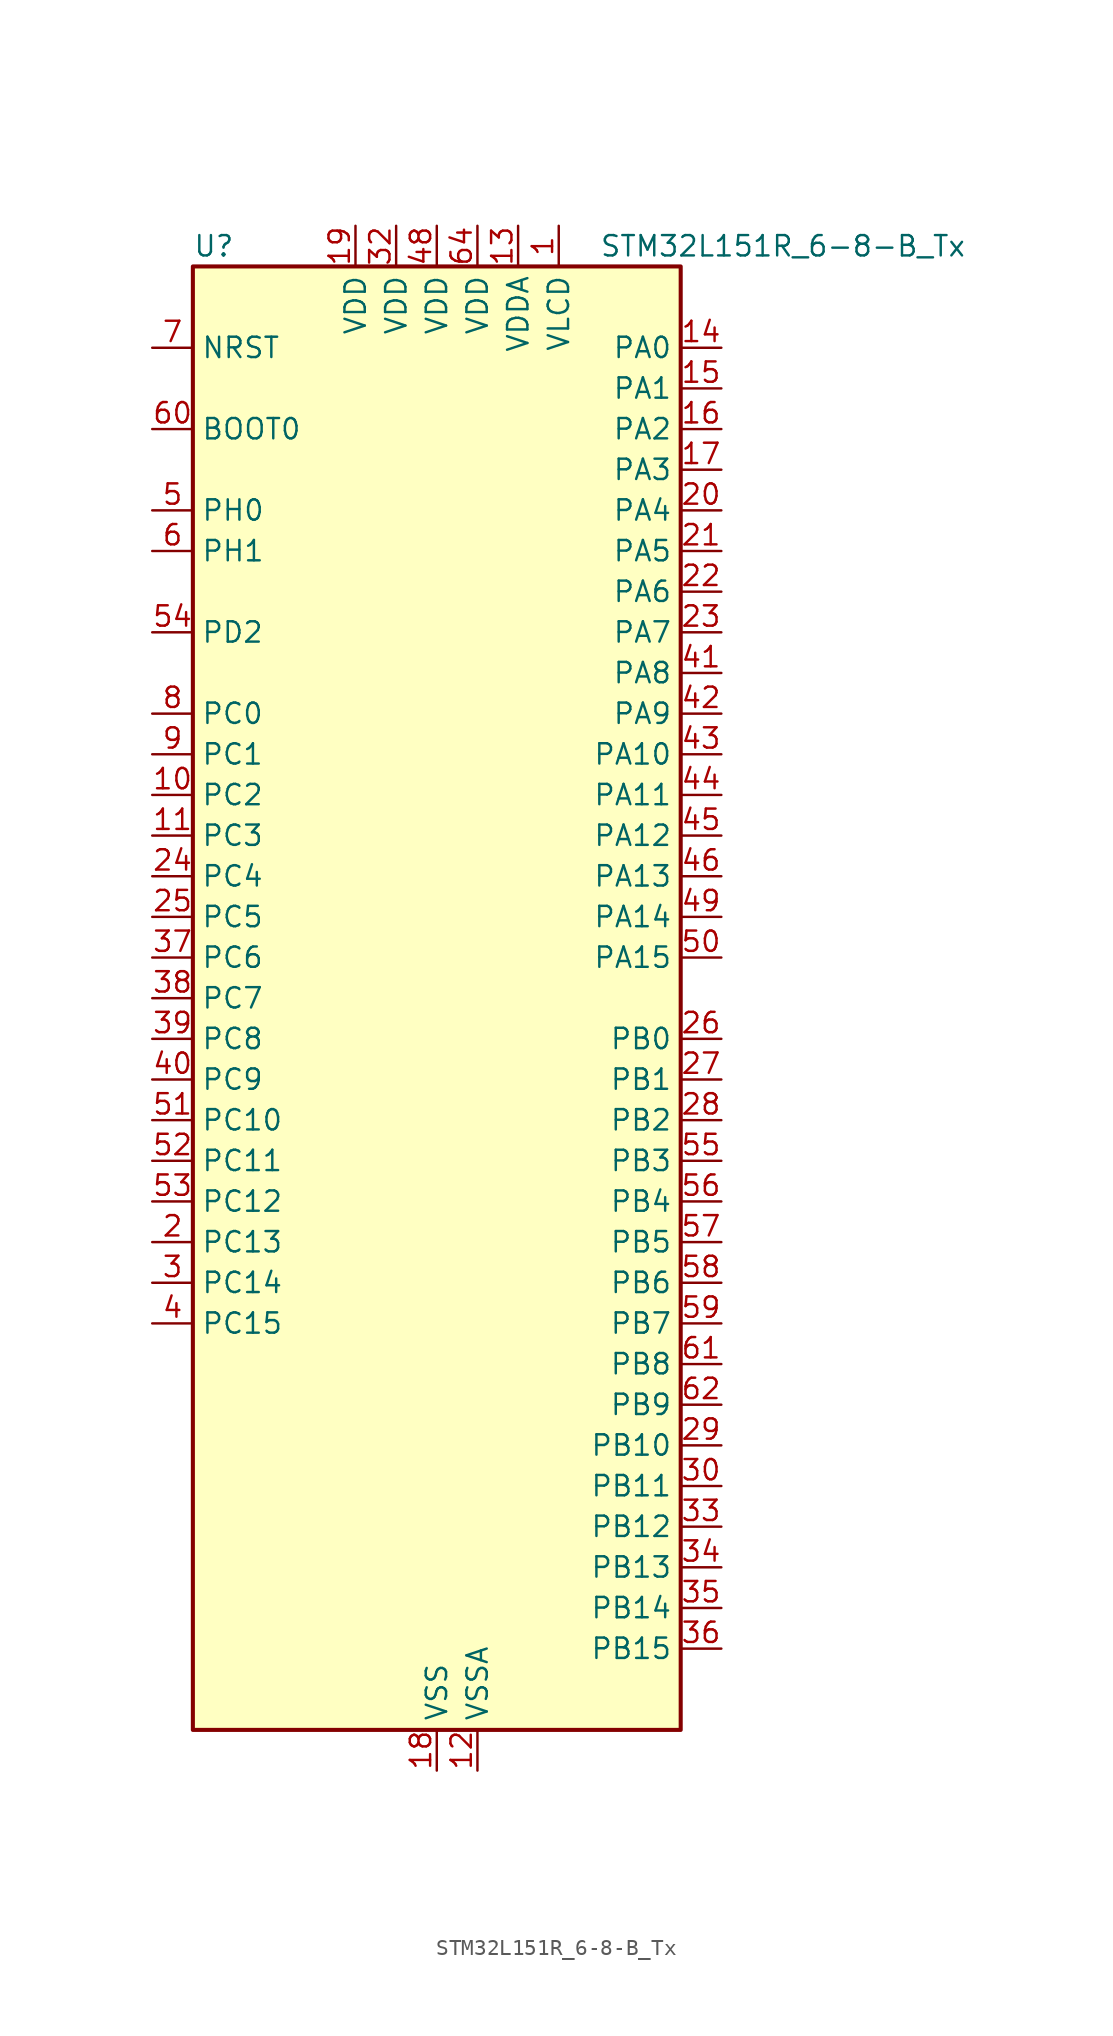
<source format=kicad_sym>
(kicad_symbol_lib
  (version 20241209)
  (generator "kicad_symbol_editor")
  (generator_version "9.0")
  (symbol "STM32L151R_6-8-B_Tx"
    (property "Reference" "U"
      (at -15.24 46.99 0)
      (effects (font (size 1.27 1.27)) (justify left)))
    (property "Value" "STM32L151R_6-8-B_Tx"
      (at 10.16 46.99 0)
      (effects (font (size 1.27 1.27)) (justify left)))
    (symbol "STM32L151R_6-8-B_Tx_0_1"
      (rectangle (start -15.24 -45.72) (end 15.24 45.72) (stroke (width 0.254) (type default)) (fill (type background))))
    (symbol "STM32L151R_6-8-B_Tx_1_1"
      (pin input line (at -17.78 40.64 0) (length 2.54) (name "NRST" (effects (font (size 1.27 1.27)))) (number "7" (effects (font (size 1.27 1.27)))))
      (pin input line (at -17.78 35.56 0) (length 2.54) (name "BOOT0" (effects (font (size 1.27 1.27)))) (number "60" (effects (font (size 1.27 1.27)))))
      (pin bidirectional line (at -17.78 30.48 0) (length 2.54) (name "PH0" (effects (font (size 1.27 1.27)))) (number "5" (effects (font (size 1.27 1.27)))) (alternate "RCC_OSC_IN" bidirectional line))
      (pin bidirectional line (at -17.78 27.94 0) (length 2.54) (name "PH1" (effects (font (size 1.27 1.27)))) (number "6" (effects (font (size 1.27 1.27)))) (alternate "RCC_OSC_OUT" bidirectional line))
      (pin bidirectional line (at -17.78 22.86 0) (length 2.54) (name "PD2" (effects (font (size 1.27 1.27)))) (number "54" (effects (font (size 1.27 1.27)))) (alternate "TIM3_ETR" bidirectional line) (alternate "TIMX_IC3" bidirectional line))
      (pin bidirectional line (at -17.78 17.78 0) (length 2.54) (name "PC0" (effects (font (size 1.27 1.27)))) (number "8" (effects (font (size 1.27 1.27)))) (alternate "ADC_IN10" bidirectional line) (alternate "COMP1_INP" bidirectional line) (alternate "TIMX_IC1" bidirectional line) (alternate "TS_G8_IO1" bidirectional line))
      (pin bidirectional line (at -17.78 15.24 0) (length 2.54) (name "PC1" (effects (font (size 1.27 1.27)))) (number "9" (effects (font (size 1.27 1.27)))) (alternate "ADC_IN11" bidirectional line) (alternate "COMP1_INP" bidirectional line) (alternate "TIMX_IC2" bidirectional line) (alternate "TS_G8_IO2" bidirectional line))
      (pin bidirectional line (at -17.78 12.7 0) (length 2.54) (name "PC2" (effects (font (size 1.27 1.27)))) (number "10" (effects (font (size 1.27 1.27)))) (alternate "ADC_IN12" bidirectional line) (alternate "COMP1_INP" bidirectional line) (alternate "TIMX_IC3" bidirectional line) (alternate "TS_G8_IO3" bidirectional line))
      (pin bidirectional line (at -17.78 10.16 0) (length 2.54) (name "PC3" (effects (font (size 1.27 1.27)))) (number "11" (effects (font (size 1.27 1.27)))) (alternate "ADC_IN13" bidirectional line) (alternate "COMP1_INP" bidirectional line) (alternate "TIMX_IC4" bidirectional line) (alternate "TS_G8_IO4" bidirectional line))
      (pin bidirectional line (at -17.78 7.62 0) (length 2.54) (name "PC4" (effects (font (size 1.27 1.27)))) (number "24" (effects (font (size 1.27 1.27)))) (alternate "ADC_IN14" bidirectional line) (alternate "COMP1_INP" bidirectional line) (alternate "TIMX_IC1" bidirectional line) (alternate "TS_G9_IO1" bidirectional line))
      (pin bidirectional line (at -17.78 5.08 0) (length 2.54) (name "PC5" (effects (font (size 1.27 1.27)))) (number "25" (effects (font (size 1.27 1.27)))) (alternate "ADC_IN15" bidirectional line) (alternate "COMP1_INP" bidirectional line) (alternate "TIMX_IC2" bidirectional line) (alternate "TS_G9_IO2" bidirectional line))
      (pin bidirectional line (at -17.78 2.54 0) (length 2.54) (name "PC6" (effects (font (size 1.27 1.27)))) (number "37" (effects (font (size 1.27 1.27)))) (alternate "TIM3_CH1" bidirectional line) (alternate "TIMX_IC3" bidirectional line) (alternate "TS_G10_IO1" bidirectional line))
      (pin bidirectional line (at -17.78 0 0) (length 2.54) (name "PC7" (effects (font (size 1.27 1.27)))) (number "38" (effects (font (size 1.27 1.27)))) (alternate "TIM3_CH2" bidirectional line) (alternate "TIMX_IC4" bidirectional line) (alternate "TS_G10_IO2" bidirectional line))
      (pin bidirectional line (at -17.78 -2.54 0) (length 2.54) (name "PC8" (effects (font (size 1.27 1.27)))) (number "39" (effects (font (size 1.27 1.27)))) (alternate "TIM3_CH3" bidirectional line) (alternate "TIMX_IC1" bidirectional line) (alternate "TS_G10_IO3" bidirectional line))
      (pin bidirectional line (at -17.78 -5.08 0) (length 2.54) (name "PC9" (effects (font (size 1.27 1.27)))) (number "40" (effects (font (size 1.27 1.27)))) (alternate "DAC_EXTI9" bidirectional line) (alternate "TIM3_CH4" bidirectional line) (alternate "TIMX_IC2" bidirectional line) (alternate "TS_G10_IO4" bidirectional line))
      (pin bidirectional line (at -17.78 -7.62 0) (length 2.54) (name "PC10" (effects (font (size 1.27 1.27)))) (number "51" (effects (font (size 1.27 1.27)))) (alternate "TIMX_IC3" bidirectional line) (alternate "USART3_TX" bidirectional line))
      (pin bidirectional line (at -17.78 -10.16 0) (length 2.54) (name "PC11" (effects (font (size 1.27 1.27)))) (number "52" (effects (font (size 1.27 1.27)))) (alternate "ADC_EXTI11" bidirectional line) (alternate "TIMX_IC4" bidirectional line) (alternate "USART3_RX" bidirectional line))
      (pin bidirectional line (at -17.78 -12.7 0) (length 2.54) (name "PC12" (effects (font (size 1.27 1.27)))) (number "53" (effects (font (size 1.27 1.27)))) (alternate "TIMX_IC1" bidirectional line) (alternate "USART3_CK" bidirectional line))
      (pin bidirectional line (at -17.78 -15.24 0) (length 2.54) (name "PC13" (effects (font (size 1.27 1.27)))) (number "2" (effects (font (size 1.27 1.27)))) (alternate "RTC_OUT_ALARM" bidirectional line) (alternate "RTC_OUT_CALIB" bidirectional line) (alternate "RTC_TAMP1" bidirectional line) (alternate "RTC_TS" bidirectional line) (alternate "SYS_WKUP2" bidirectional line) (alternate "TIMX_IC2" bidirectional line))
      (pin bidirectional line (at -17.78 -17.78 0) (length 2.54) (name "PC14" (effects (font (size 1.27 1.27)))) (number "3" (effects (font (size 1.27 1.27)))) (alternate "RCC_OSC32_IN" bidirectional line) (alternate "TIMX_IC3" bidirectional line))
      (pin bidirectional line (at -17.78 -20.32 0) (length 2.54) (name "PC15" (effects (font (size 1.27 1.27)))) (number "4" (effects (font (size 1.27 1.27)))) (alternate "ADC_EXTI15" bidirectional line) (alternate "RCC_OSC32_OUT" bidirectional line) (alternate "TIMX_IC4" bidirectional line))
      (pin power_in line (at -5.08 48.26 270) (length 2.54) (name "VDD" (effects (font (size 1.27 1.27)))) (number "19" (effects (font (size 1.27 1.27)))))
      (pin power_in line (at -2.54 48.26 270) (length 2.54) (name "VDD" (effects (font (size 1.27 1.27)))) (number "32" (effects (font (size 1.27 1.27)))))
      (pin power_in line (at 0 48.26 270) (length 2.54) (name "VDD" (effects (font (size 1.27 1.27)))) (number "48" (effects (font (size 1.27 1.27)))))
      (pin power_in line (at 0 -48.26 90) (length 2.54) (name "VSS" (effects (font (size 1.27 1.27)))) (number "18" (effects (font (size 1.27 1.27)))))
      (pin passive line (at 0 -48.26 90) (length 2.54) (hide yes) (name "VSS" (effects (font (size 1.27 1.27)))) (number "31" (effects (font (size 1.27 1.27)))))
      (pin passive line (at 0 -48.26 90) (length 2.54) (hide yes) (name "VSS" (effects (font (size 1.27 1.27)))) (number "47" (effects (font (size 1.27 1.27)))))
      (pin passive line (at 0 -48.26 90) (length 2.54) (hide yes) (name "VSS" (effects (font (size 1.27 1.27)))) (number "63" (effects (font (size 1.27 1.27)))))
      (pin power_in line (at 2.54 48.26 270) (length 2.54) (name "VDD" (effects (font (size 1.27 1.27)))) (number "64" (effects (font (size 1.27 1.27)))))
      (pin power_in line (at 2.54 -48.26 90) (length 2.54) (name "VSSA" (effects (font (size 1.27 1.27)))) (number "12" (effects (font (size 1.27 1.27)))))
      (pin power_in line (at 5.08 48.26 270) (length 2.54) (name "VDDA" (effects (font (size 1.27 1.27)))) (number "13" (effects (font (size 1.27 1.27)))))
      (pin power_in line (at 7.62 48.26 270) (length 2.54) (name "VLCD" (effects (font (size 1.27 1.27)))) (number "1" (effects (font (size 1.27 1.27)))))
      (pin bidirectional line (at 17.78 40.64 180) (length 2.54) (name "PA0" (effects (font (size 1.27 1.27)))) (number "14" (effects (font (size 1.27 1.27)))) (alternate "ADC_IN0" bidirectional line) (alternate "COMP1_INP" bidirectional line) (alternate "SYS_WKUP1" bidirectional line) (alternate "TIM2_CH1" bidirectional line) (alternate "TIM2_ETR" bidirectional line) (alternate "TIMX_IC1" bidirectional line) (alternate "TS_G1_IO1" bidirectional line) (alternate "USART2_CTS" bidirectional line))
      (pin bidirectional line (at 17.78 38.1 180) (length 2.54) (name "PA1" (effects (font (size 1.27 1.27)))) (number "15" (effects (font (size 1.27 1.27)))) (alternate "ADC_IN1" bidirectional line) (alternate "COMP1_INP" bidirectional line) (alternate "TIM2_CH2" bidirectional line) (alternate "TIMX_IC2" bidirectional line) (alternate "TS_G1_IO2" bidirectional line) (alternate "USART2_RTS" bidirectional line))
      (pin bidirectional line (at 17.78 35.56 180) (length 2.54) (name "PA2" (effects (font (size 1.27 1.27)))) (number "16" (effects (font (size 1.27 1.27)))) (alternate "ADC_IN2" bidirectional line) (alternate "COMP1_INP" bidirectional line) (alternate "TIM2_CH3" bidirectional line) (alternate "TIM9_CH1" bidirectional line) (alternate "TIMX_IC3" bidirectional line) (alternate "TS_G1_IO3" bidirectional line) (alternate "USART2_TX" bidirectional line))
      (pin bidirectional line (at 17.78 33.02 180) (length 2.54) (name "PA3" (effects (font (size 1.27 1.27)))) (number "17" (effects (font (size 1.27 1.27)))) (alternate "ADC_IN3" bidirectional line) (alternate "COMP1_INP" bidirectional line) (alternate "TIM2_CH4" bidirectional line) (alternate "TIM9_CH2" bidirectional line) (alternate "TIMX_IC4" bidirectional line) (alternate "TS_G1_IO4" bidirectional line) (alternate "USART2_RX" bidirectional line))
      (pin bidirectional line (at 17.78 30.48 180) (length 2.54) (name "PA4" (effects (font (size 1.27 1.27)))) (number "20" (effects (font (size 1.27 1.27)))) (alternate "ADC_IN4" bidirectional line) (alternate "COMP1_INP" bidirectional line) (alternate "DAC_OUT1" bidirectional line) (alternate "SPI1_NSS" bidirectional line) (alternate "TIMX_IC1" bidirectional line) (alternate "USART2_CK" bidirectional line))
      (pin bidirectional line (at 17.78 27.94 180) (length 2.54) (name "PA5" (effects (font (size 1.27 1.27)))) (number "21" (effects (font (size 1.27 1.27)))) (alternate "ADC_IN5" bidirectional line) (alternate "COMP1_INP" bidirectional line) (alternate "DAC_OUT2" bidirectional line) (alternate "SPI1_SCK" bidirectional line) (alternate "TIM2_CH1" bidirectional line) (alternate "TIM2_ETR" bidirectional line) (alternate "TIMX_IC2" bidirectional line))
      (pin bidirectional line (at 17.78 25.4 180) (length 2.54) (name "PA6" (effects (font (size 1.27 1.27)))) (number "22" (effects (font (size 1.27 1.27)))) (alternate "ADC_IN6" bidirectional line) (alternate "COMP1_INP" bidirectional line) (alternate "SPI1_MISO" bidirectional line) (alternate "TIM10_CH1" bidirectional line) (alternate "TIM3_CH1" bidirectional line) (alternate "TIMX_IC3" bidirectional line) (alternate "TS_G2_IO1" bidirectional line))
      (pin bidirectional line (at 17.78 22.86 180) (length 2.54) (name "PA7" (effects (font (size 1.27 1.27)))) (number "23" (effects (font (size 1.27 1.27)))) (alternate "ADC_IN7" bidirectional line) (alternate "COMP1_INP" bidirectional line) (alternate "SPI1_MOSI" bidirectional line) (alternate "TIM11_CH1" bidirectional line) (alternate "TIM3_CH2" bidirectional line) (alternate "TIMX_IC4" bidirectional line) (alternate "TS_G2_IO2" bidirectional line))
      (pin bidirectional line (at 17.78 20.32 180) (length 2.54) (name "PA8" (effects (font (size 1.27 1.27)))) (number "41" (effects (font (size 1.27 1.27)))) (alternate "RCC_MCO" bidirectional line) (alternate "TIMX_IC1" bidirectional line) (alternate "TS_G4_IO1" bidirectional line) (alternate "USART1_CK" bidirectional line))
      (pin bidirectional line (at 17.78 17.78 180) (length 2.54) (name "PA9" (effects (font (size 1.27 1.27)))) (number "42" (effects (font (size 1.27 1.27)))) (alternate "DAC_EXTI9" bidirectional line) (alternate "TIMX_IC2" bidirectional line) (alternate "TS_G4_IO2" bidirectional line) (alternate "USART1_TX" bidirectional line))
      (pin bidirectional line (at 17.78 15.24 180) (length 2.54) (name "PA10" (effects (font (size 1.27 1.27)))) (number "43" (effects (font (size 1.27 1.27)))) (alternate "TIMX_IC3" bidirectional line) (alternate "TS_G4_IO3" bidirectional line) (alternate "USART1_RX" bidirectional line))
      (pin bidirectional line (at 17.78 12.7 180) (length 2.54) (name "PA11" (effects (font (size 1.27 1.27)))) (number "44" (effects (font (size 1.27 1.27)))) (alternate "ADC_EXTI11" bidirectional line) (alternate "SPI1_MISO" bidirectional line) (alternate "TIMX_IC4" bidirectional line) (alternate "USART1_CTS" bidirectional line) (alternate "USB_DM" bidirectional line))
      (pin bidirectional line (at 17.78 10.16 180) (length 2.54) (name "PA12" (effects (font (size 1.27 1.27)))) (number "45" (effects (font (size 1.27 1.27)))) (alternate "SPI1_MOSI" bidirectional line) (alternate "TIMX_IC1" bidirectional line) (alternate "USART1_RTS" bidirectional line) (alternate "USB_DP" bidirectional line))
      (pin bidirectional line (at 17.78 7.62 180) (length 2.54) (name "PA13" (effects (font (size 1.27 1.27)))) (number "46" (effects (font (size 1.27 1.27)))) (alternate "SYS_JTMS-SWDIO" bidirectional line) (alternate "TIMX_IC2" bidirectional line) (alternate "TS_G5_IO1" bidirectional line))
      (pin bidirectional line (at 17.78 5.08 180) (length 2.54) (name "PA14" (effects (font (size 1.27 1.27)))) (number "49" (effects (font (size 1.27 1.27)))) (alternate "SYS_JTCK-SWCLK" bidirectional line) (alternate "TIMX_IC3" bidirectional line) (alternate "TS_G5_IO2" bidirectional line))
      (pin bidirectional line (at 17.78 2.54 180) (length 2.54) (name "PA15" (effects (font (size 1.27 1.27)))) (number "50" (effects (font (size 1.27 1.27)))) (alternate "ADC_EXTI15" bidirectional line) (alternate "SPI1_NSS" bidirectional line) (alternate "SYS_JTDI" bidirectional line) (alternate "TIM2_CH1" bidirectional line) (alternate "TIM2_ETR" bidirectional line) (alternate "TIMX_IC4" bidirectional line) (alternate "TS_G5_IO3" bidirectional line))
      (pin bidirectional line (at 17.78 -2.54 180) (length 2.54) (name "PB0" (effects (font (size 1.27 1.27)))) (number "26" (effects (font (size 1.27 1.27)))) (alternate "ADC_IN8" bidirectional line) (alternate "COMP1_INP" bidirectional line) (alternate "SYS_V_REF_OUT" bidirectional line) (alternate "TIM3_CH3" bidirectional line) (alternate "TS_G3_IO1" bidirectional line))
      (pin bidirectional line (at 17.78 -5.08 180) (length 2.54) (name "PB1" (effects (font (size 1.27 1.27)))) (number "27" (effects (font (size 1.27 1.27)))) (alternate "ADC_IN9" bidirectional line) (alternate "COMP1_INP" bidirectional line) (alternate "SYS_V_REF_OUT" bidirectional line) (alternate "TIM3_CH4" bidirectional line) (alternate "TS_G3_IO2" bidirectional line))
      (pin bidirectional line (at 17.78 -7.62 180) (length 2.54) (name "PB2" (effects (font (size 1.27 1.27)))) (number "28" (effects (font (size 1.27 1.27)))))
      (pin bidirectional line (at 17.78 -10.16 180) (length 2.54) (name "PB3" (effects (font (size 1.27 1.27)))) (number "55" (effects (font (size 1.27 1.27)))) (alternate "COMP2_INM" bidirectional line) (alternate "SPI1_SCK" bidirectional line) (alternate "SYS_JTDO-TRACESWO" bidirectional line) (alternate "TIM2_CH2" bidirectional line))
      (pin bidirectional line (at 17.78 -12.7 180) (length 2.54) (name "PB4" (effects (font (size 1.27 1.27)))) (number "56" (effects (font (size 1.27 1.27)))) (alternate "COMP2_INP" bidirectional line) (alternate "SPI1_MISO" bidirectional line) (alternate "SYS_JTRST" bidirectional line) (alternate "TIM3_CH1" bidirectional line) (alternate "TS_G6_IO1" bidirectional line))
      (pin bidirectional line (at 17.78 -15.24 180) (length 2.54) (name "PB5" (effects (font (size 1.27 1.27)))) (number "57" (effects (font (size 1.27 1.27)))) (alternate "COMP2_INP" bidirectional line) (alternate "I2C1_SMBA" bidirectional line) (alternate "SPI1_MOSI" bidirectional line) (alternate "TIM3_CH2" bidirectional line) (alternate "TS_G6_IO2" bidirectional line))
      (pin bidirectional line (at 17.78 -17.78 180) (length 2.54) (name "PB6" (effects (font (size 1.27 1.27)))) (number "58" (effects (font (size 1.27 1.27)))) (alternate "I2C1_SCL" bidirectional line) (alternate "TIM4_CH1" bidirectional line) (alternate "USART1_TX" bidirectional line))
      (pin bidirectional line (at 17.78 -20.32 180) (length 2.54) (name "PB7" (effects (font (size 1.27 1.27)))) (number "59" (effects (font (size 1.27 1.27)))) (alternate "I2C1_SDA" bidirectional line) (alternate "SYS_PVD_IN" bidirectional line) (alternate "TIM4_CH2" bidirectional line) (alternate "USART1_RX" bidirectional line))
      (pin bidirectional line (at 17.78 -22.86 180) (length 2.54) (name "PB8" (effects (font (size 1.27 1.27)))) (number "61" (effects (font (size 1.27 1.27)))) (alternate "I2C1_SCL" bidirectional line) (alternate "TIM10_CH1" bidirectional line) (alternate "TIM4_CH3" bidirectional line))
      (pin bidirectional line (at 17.78 -25.4 180) (length 2.54) (name "PB9" (effects (font (size 1.27 1.27)))) (number "62" (effects (font (size 1.27 1.27)))) (alternate "DAC_EXTI9" bidirectional line) (alternate "I2C1_SDA" bidirectional line) (alternate "TIM11_CH1" bidirectional line) (alternate "TIM4_CH4" bidirectional line))
      (pin bidirectional line (at 17.78 -27.94 180) (length 2.54) (name "PB10" (effects (font (size 1.27 1.27)))) (number "29" (effects (font (size 1.27 1.27)))) (alternate "I2C2_SCL" bidirectional line) (alternate "TIM2_CH3" bidirectional line) (alternate "USART3_TX" bidirectional line))
      (pin bidirectional line (at 17.78 -30.48 180) (length 2.54) (name "PB11" (effects (font (size 1.27 1.27)))) (number "30" (effects (font (size 1.27 1.27)))) (alternate "ADC_EXTI11" bidirectional line) (alternate "I2C2_SDA" bidirectional line) (alternate "TIM2_CH4" bidirectional line) (alternate "USART3_RX" bidirectional line))
      (pin bidirectional line (at 17.78 -33.02 180) (length 2.54) (name "PB12" (effects (font (size 1.27 1.27)))) (number "33" (effects (font (size 1.27 1.27)))) (alternate "ADC_IN18" bidirectional line) (alternate "COMP1_INP" bidirectional line) (alternate "I2C2_SMBA" bidirectional line) (alternate "SPI2_NSS" bidirectional line) (alternate "TIM10_CH1" bidirectional line) (alternate "TS_G7_IO1" bidirectional line) (alternate "USART3_CK" bidirectional line))
      (pin bidirectional line (at 17.78 -35.56 180) (length 2.54) (name "PB13" (effects (font (size 1.27 1.27)))) (number "34" (effects (font (size 1.27 1.27)))) (alternate "ADC_IN19" bidirectional line) (alternate "COMP1_INP" bidirectional line) (alternate "SPI2_SCK" bidirectional line) (alternate "TIM9_CH1" bidirectional line) (alternate "TS_G7_IO2" bidirectional line) (alternate "USART3_CTS" bidirectional line))
      (pin bidirectional line (at 17.78 -38.1 180) (length 2.54) (name "PB14" (effects (font (size 1.27 1.27)))) (number "35" (effects (font (size 1.27 1.27)))) (alternate "ADC_IN20" bidirectional line) (alternate "COMP1_INP" bidirectional line) (alternate "SPI2_MISO" bidirectional line) (alternate "TIM9_CH2" bidirectional line) (alternate "TS_G7_IO3" bidirectional line) (alternate "USART3_RTS" bidirectional line))
      (pin bidirectional line (at 17.78 -40.64 180) (length 2.54) (name "PB15" (effects (font (size 1.27 1.27)))) (number "36" (effects (font (size 1.27 1.27)))) (alternate "ADC_EXTI15" bidirectional line) (alternate "ADC_IN21" bidirectional line) (alternate "COMP1_INP" bidirectional line) (alternate "RTC_REFIN" bidirectional line) (alternate "SPI2_MOSI" bidirectional line) (alternate "TIM11_CH1" bidirectional line) (alternate "TS_G7_IO4" bidirectional line)))))
</source>
